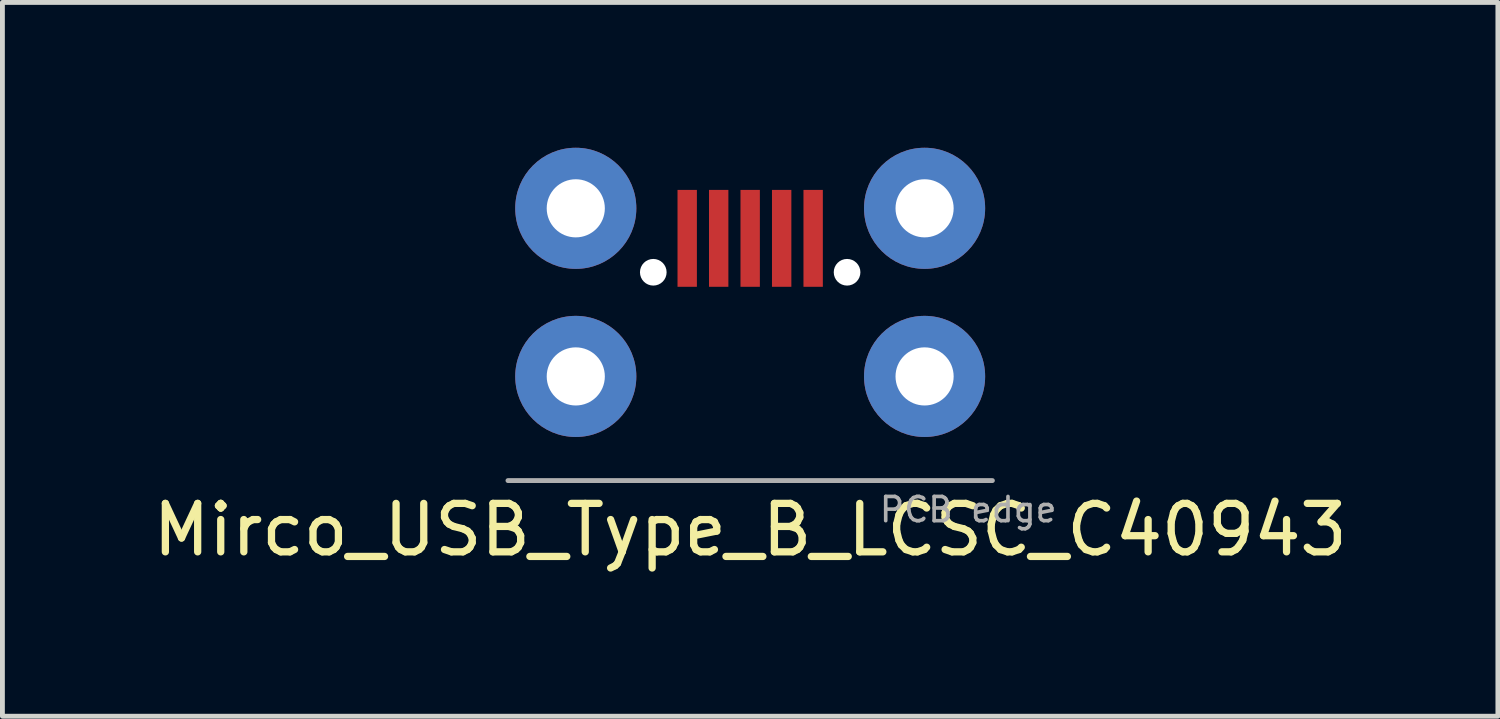
<source format=kicad_pcb>
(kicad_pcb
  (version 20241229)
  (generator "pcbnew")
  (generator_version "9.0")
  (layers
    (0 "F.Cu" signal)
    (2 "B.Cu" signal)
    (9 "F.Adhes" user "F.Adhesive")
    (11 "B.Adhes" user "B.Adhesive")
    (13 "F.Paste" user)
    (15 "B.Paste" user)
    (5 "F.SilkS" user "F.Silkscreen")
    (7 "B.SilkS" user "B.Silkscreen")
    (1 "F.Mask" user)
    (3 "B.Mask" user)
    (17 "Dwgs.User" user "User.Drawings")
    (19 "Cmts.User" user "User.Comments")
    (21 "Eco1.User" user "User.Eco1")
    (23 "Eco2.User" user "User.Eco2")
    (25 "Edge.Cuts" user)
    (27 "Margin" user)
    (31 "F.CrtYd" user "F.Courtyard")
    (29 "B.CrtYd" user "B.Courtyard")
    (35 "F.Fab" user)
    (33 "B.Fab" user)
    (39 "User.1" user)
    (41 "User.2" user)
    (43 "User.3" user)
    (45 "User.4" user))
  (footprint "Mirco_USB_Type_B_LCSC_C40943"
    (layer "F.Cu")
    (at 12.435 6.87)
    (property "Reference" "Mirco_USB_Type_B_LCSC_C40943" (at 0 1.016 0) (layer "F.SilkS") (effects (font (size 1 1) (thickness 0.15))))
    (attr through_hole)
    (fp_line (start -5 0) (end 5 0) (stroke (width 0.1) (type solid)) (layer "F.Fab"))
    (fp_text user "PCB edge" (at 4.5 0.6 0) (layer "F.Fab") (effects (font (size 0.5 0.5) (thickness 0.075))))
    (pad "" np_thru_hole circle (at -2 -4.3) (size 0.55 0.55) (drill 0.55) (layers "*.Cu"))
    (pad "" np_thru_hole circle (at 2 -4.3) (size 0.55 0.55) (drill 0.55) (layers "*.Cu"))
    (pad "1" smd rect (at -1.3 -5) (size 0.4 2) (layers "F.Cu" "F.Mask" "F.Paste"))
    (pad "2" smd rect (at -0.65 -5) (size 0.4 2) (layers "F.Cu" "F.Mask" "F.Paste"))
    (pad "3" smd rect (at 0 -5) (size 0.4 2) (layers "F.Cu" "F.Mask" "F.Paste"))
    (pad "4" smd rect (at 0.65 -5) (size 0.4 2) (layers "F.Cu" "F.Mask" "F.Paste"))
    (pad "5" smd rect (at 1.3 -5) (size 0.4 2) (layers "F.Cu" "F.Mask" "F.Paste"))
    (pad "6" thru_hole circle (at -3.6 -5.62) (size 2.5 2.5) (drill 1.2) (layers "*.Cu" "*.Mask"))
    (pad "6" thru_hole circle (at -3.6 -2.15) (size 2.5 2.5) (drill 1.2) (layers "*.Cu" "*.Mask"))
    (pad "6" thru_hole circle (at 3.6 -5.62) (size 2.5 2.5) (drill 1.2) (layers "*.Cu" "*.Mask"))
    (pad "6" thru_hole circle (at 3.6 -2.15) (size 2.5 2.5) (drill 1.2) (layers "*.Cu" "*.Mask")))
  (gr_rect
    (start -3 -3)
    (end 27.869 11.734)
    (stroke (width 0.1) (type default))
    (fill no)
    (layer "Edge.Cuts")))
</source>
